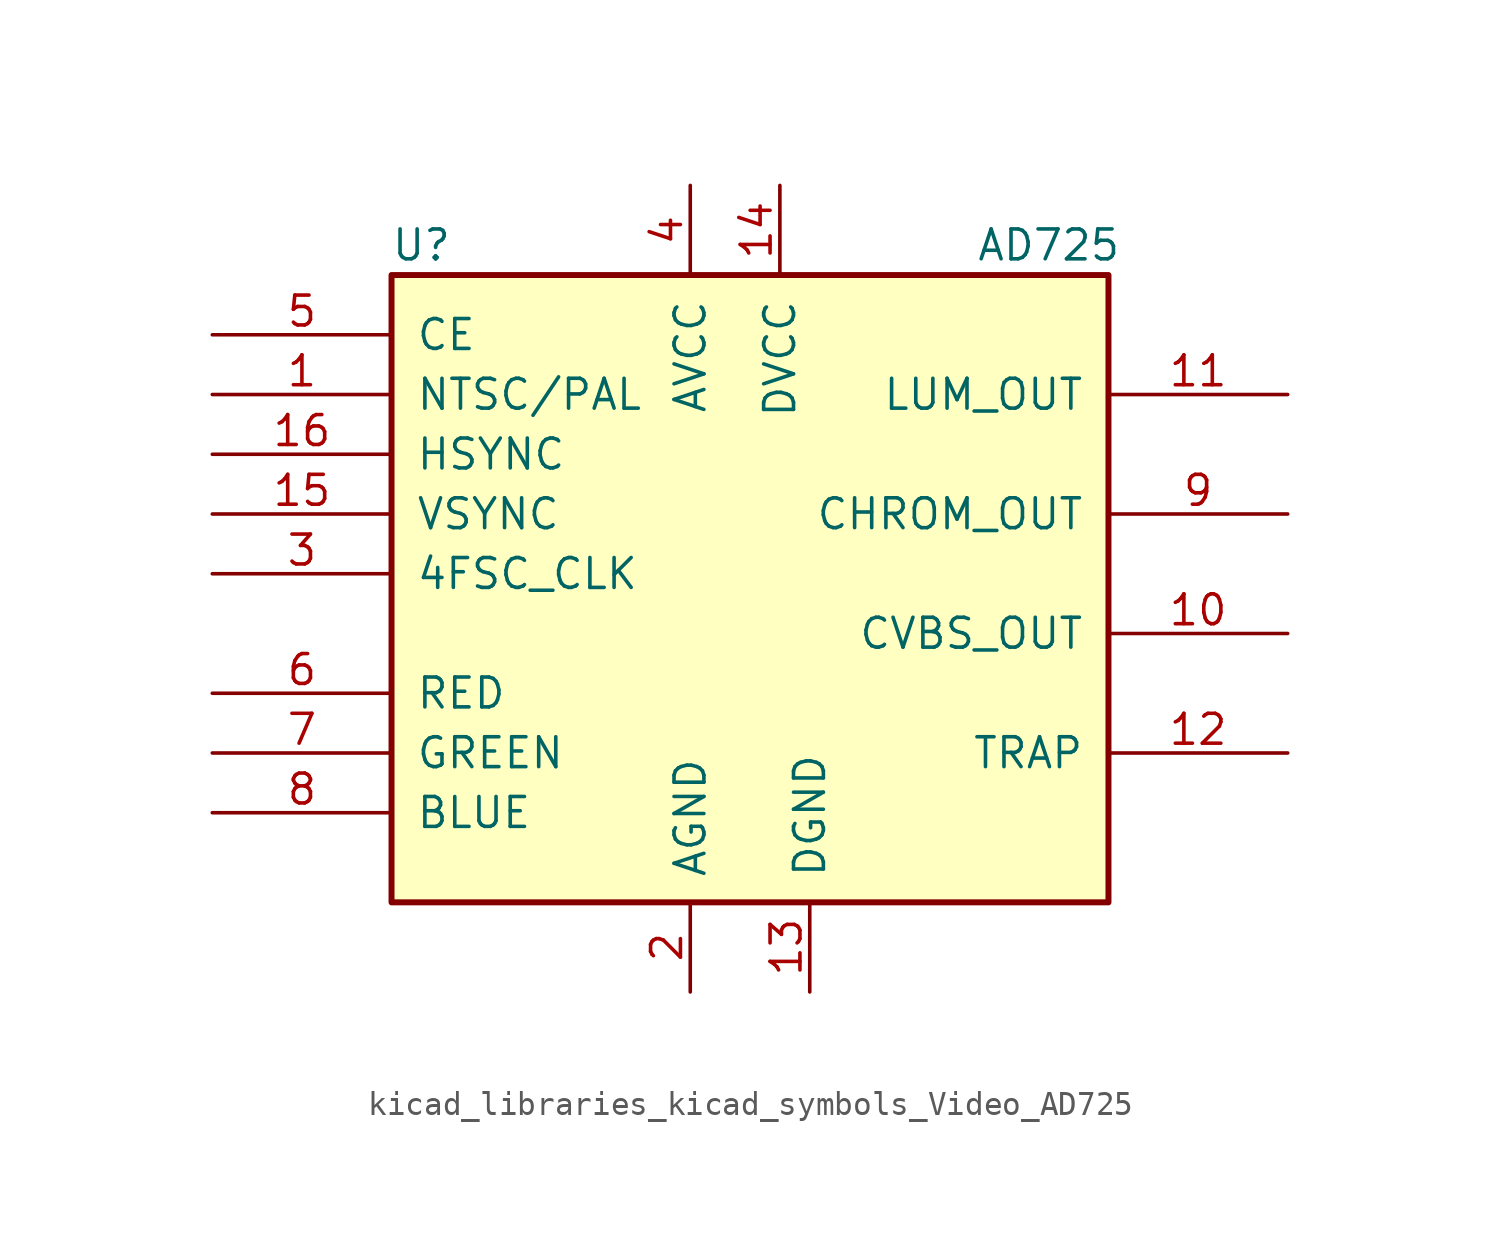
<source format=kicad_sym>
(kicad_symbol_lib
  (version 20220914)
  (generator kicad_symbol_editor)
  (symbol "kicad_libraries_kicad_symbols_Video_AD725"
    (pin_names
      (offset 1.016))
    (property "Reference" "U"
      (at -13.97 13.97 0)
      (effects (font (size 1.27 1.27))))
    (property "Value" "AD725"
      (at 12.7 13.97 0)
      (effects (font (size 1.27 1.27))))
    (symbol "kicad_libraries_kicad_symbols_Video_AD725_0_1"
      (rectangle (start -15.24 12.7) (end 15.24 -13.97) (stroke (width 0.254) (type default)) (fill (type background))))
    (symbol "kicad_libraries_kicad_symbols_Video_AD725_1_1"
      (pin input line (at -22.86 7.62 0) (length 7.62) (name "NTSC/PAL" (effects (font (size 1.27 1.27)))) (number "1" (effects (font (size 1.27 1.27)))))
      (pin output line (at 22.86 -2.54 180) (length 7.62) (name "CVBS_OUT" (effects (font (size 1.27 1.27)))) (number "10" (effects (font (size 1.27 1.27)))))
      (pin output line (at 22.86 7.62 180) (length 7.62) (name "LUM_OUT" (effects (font (size 1.27 1.27)))) (number "11" (effects (font (size 1.27 1.27)))))
      (pin input line (at 22.86 -7.62 180) (length 7.62) (name "TRAP" (effects (font (size 1.27 1.27)))) (number "12" (effects (font (size 1.27 1.27)))))
      (pin power_in line (at 2.54 -17.78 90) (length 3.81) (name "DGND" (effects (font (size 1.27 1.27)))) (number "13" (effects (font (size 1.27 1.27)))))
      (pin power_in line (at 1.27 16.51 270) (length 3.81) (name "DVCC" (effects (font (size 1.27 1.27)))) (number "14" (effects (font (size 1.27 1.27)))))
      (pin input line (at -22.86 2.54 0) (length 7.62) (name "VSYNC" (effects (font (size 1.27 1.27)))) (number "15" (effects (font (size 1.27 1.27)))))
      (pin input line (at -22.86 5.08 0) (length 7.62) (name "HSYNC" (effects (font (size 1.27 1.27)))) (number "16" (effects (font (size 1.27 1.27)))))
      (pin power_in line (at -2.54 -17.78 90) (length 3.81) (name "AGND" (effects (font (size 1.27 1.27)))) (number "2" (effects (font (size 1.27 1.27)))))
      (pin input line (at -22.86 0 0) (length 7.62) (name "4FSC_CLK" (effects (font (size 1.27 1.27)))) (number "3" (effects (font (size 1.27 1.27)))))
      (pin power_in line (at -2.54 16.51 270) (length 3.81) (name "AVCC" (effects (font (size 1.27 1.27)))) (number "4" (effects (font (size 1.27 1.27)))))
      (pin power_in line (at -22.86 10.16 0) (length 7.62) (name "CE" (effects (font (size 1.27 1.27)))) (number "5" (effects (font (size 1.27 1.27)))))
      (pin input line (at -22.86 -5.08 0) (length 7.62) (name "RED" (effects (font (size 1.27 1.27)))) (number "6" (effects (font (size 1.27 1.27)))))
      (pin input line (at -22.86 -7.62 0) (length 7.62) (name "GREEN" (effects (font (size 1.27 1.27)))) (number "7" (effects (font (size 1.27 1.27)))))
      (pin input line (at -22.86 -10.16 0) (length 7.62) (name "BLUE" (effects (font (size 1.27 1.27)))) (number "8" (effects (font (size 1.27 1.27)))))
      (pin output line (at 22.86 2.54 180) (length 7.62) (name "CHROM_OUT" (effects (font (size 1.27 1.27)))) (number "9" (effects (font (size 1.27 1.27))))))))
</source>
